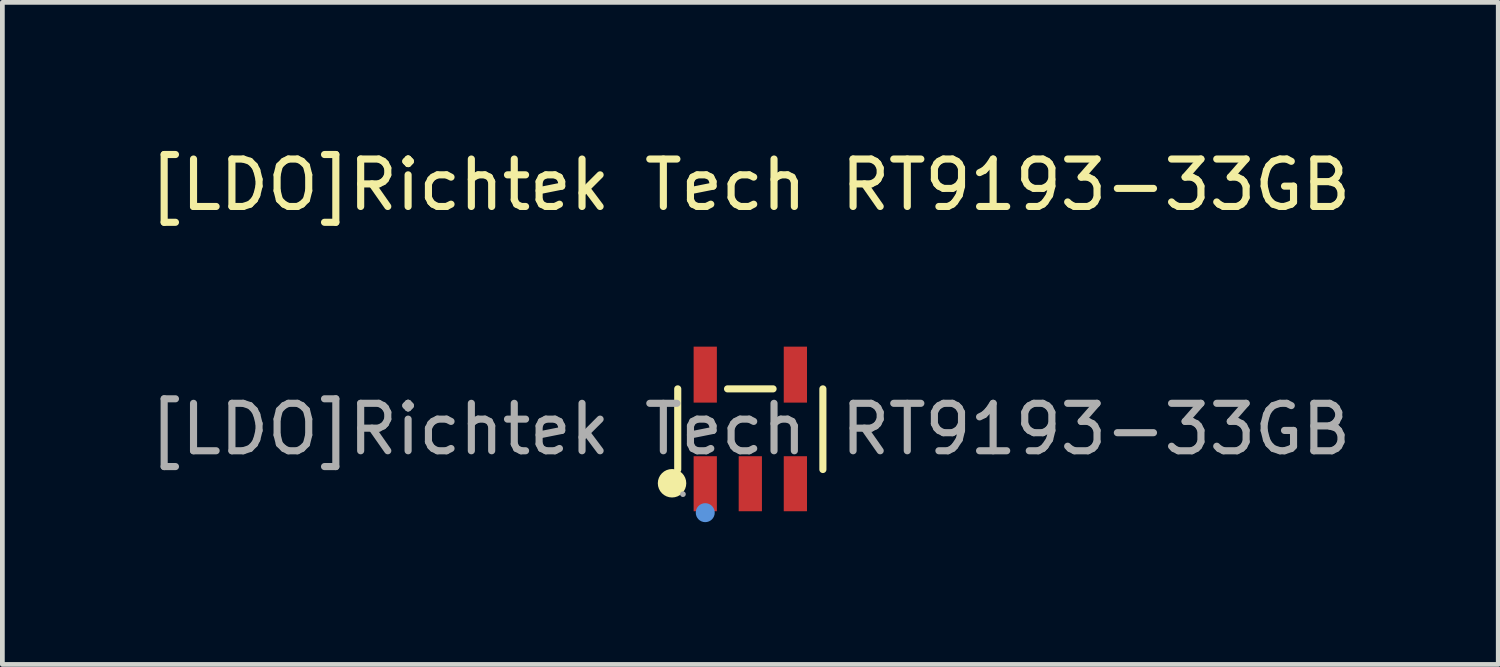
<source format=kicad_pcb>
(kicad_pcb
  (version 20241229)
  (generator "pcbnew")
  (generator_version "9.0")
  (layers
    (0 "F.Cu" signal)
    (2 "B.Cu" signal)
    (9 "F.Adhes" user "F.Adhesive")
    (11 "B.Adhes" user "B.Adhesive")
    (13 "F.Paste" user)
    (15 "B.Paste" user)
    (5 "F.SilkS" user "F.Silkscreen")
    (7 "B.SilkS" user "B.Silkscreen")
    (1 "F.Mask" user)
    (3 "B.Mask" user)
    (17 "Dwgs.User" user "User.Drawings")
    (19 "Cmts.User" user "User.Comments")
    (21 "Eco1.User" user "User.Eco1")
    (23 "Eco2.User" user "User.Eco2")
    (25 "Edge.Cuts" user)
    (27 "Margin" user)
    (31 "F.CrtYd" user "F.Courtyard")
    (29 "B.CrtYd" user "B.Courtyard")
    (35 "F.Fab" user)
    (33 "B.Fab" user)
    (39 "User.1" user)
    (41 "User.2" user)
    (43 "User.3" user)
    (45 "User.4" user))
  (footprint "[LDO]Richtek Tech RT9193-33GB"
    (layer "F.Cu")
    (at 12.768 5.998)
    (property "Reference" "[LDO]Richtek Tech RT9193-33GB" (at 0 -5.15 0) (layer "F.SilkS") (effects (font (size 1 1) (thickness 0.15))))
    (attr smd)
    (fp_line (start -1.53 0.85) (end -1.53 -0.85) (stroke (width 0.15) (type solid)) (layer "F.SilkS"))
    (fp_line (start 0.48 -0.85) (end -0.48 -0.85) (stroke (width 0.15) (type solid)) (layer "F.SilkS"))
    (fp_line (start 1.53 0.85) (end 1.53 -0.85) (stroke (width 0.15) (type solid)) (layer "F.SilkS"))
    (fp_circle (center -1.65 1.14) (end -1.5 1.14) (stroke (width 0.3) (type solid)) (fill no) (layer "F.SilkS"))
    (fp_circle (center -0.95 1.76) (end -0.85 1.76) (stroke (width 0.2) (type solid)) (fill no) (layer "Cmts.User"))
    (fp_circle (center -1.42 1.37) (end -1.39 1.37) (stroke (width 0.06) (type solid)) (fill no) (layer "F.Fab"))
    (fp_text user "${REFERENCE}" (at 0 0 0) (layer "F.Fab") (effects (font (size 1 1) (thickness 0.15))))
    (pad "1" smd rect (at -0.95 1.15) (size 0.49 1.16) (layers "F.Cu" "F.Mask" "F.Paste"))
    (pad "2" smd rect (at 0 1.15) (size 0.49 1.16) (layers "F.Cu" "F.Mask" "F.Paste"))
    (pad "3" smd rect (at 0.95 1.15) (size 0.49 1.16) (layers "F.Cu" "F.Mask" "F.Paste"))
    (pad "4" smd rect (at 0.95 -1.15) (size 0.49 1.18) (layers "F.Cu" "F.Mask" "F.Paste"))
    (pad "5" smd rect (at -0.95 -1.15) (size 0.49 1.18) (layers "F.Cu" "F.Mask" "F.Paste")))
  (gr_rect
    (start -3 -3)
    (end 28.536 10.958)
    (stroke (width 0.1) (type default))
    (fill no)
    (layer "Edge.Cuts")))
</source>
